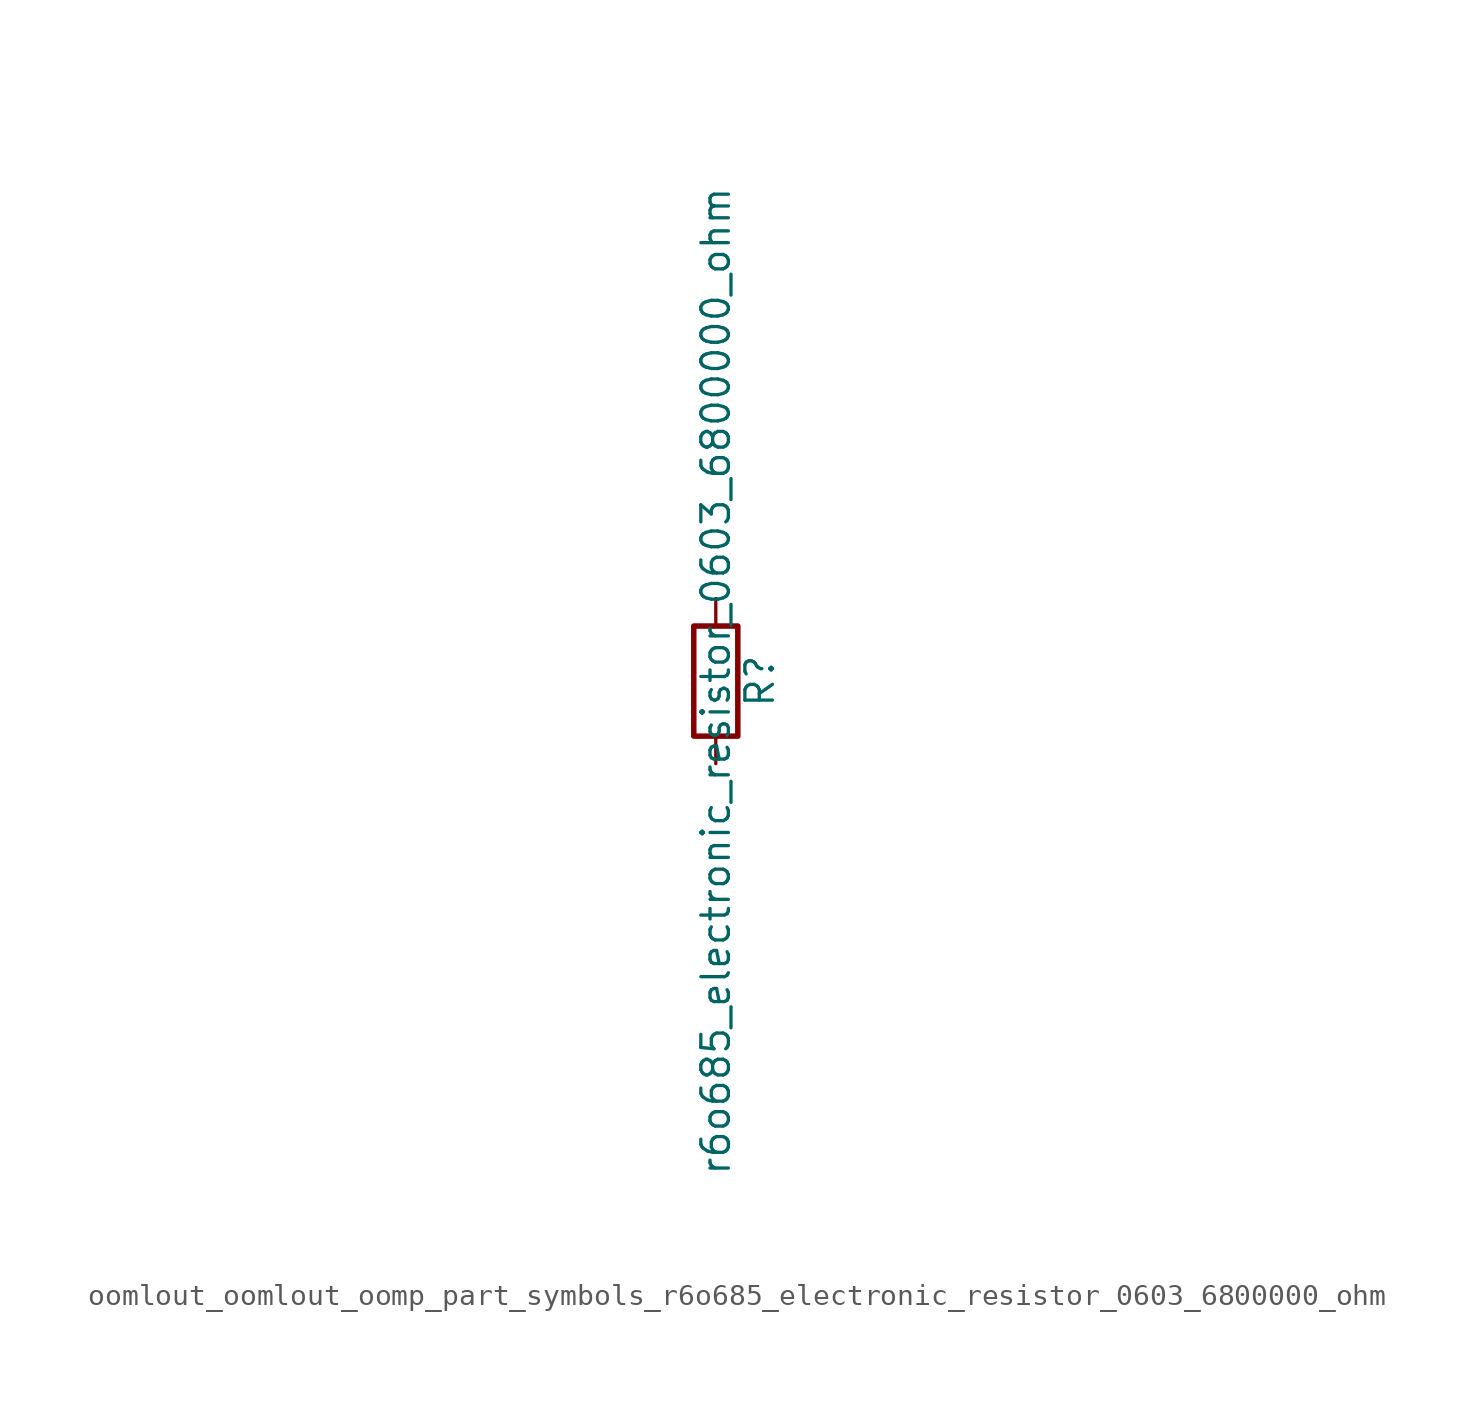
<source format=kicad_sym>
(kicad_symbol_lib
  (version 20220914)
  (generator kicad_symbol_editor)
  (symbol "oomlout_oomlout_oomp_part_symbols_r6o685_electronic_resistor_0603_6800000_ohm"
    (pin_numbers hide)
    (pin_names
      (offset 0))
    (property "Reference" "R"
      (at 2.032 0 90)
      (effects (font (size 1.27 1.27))))
    (property "Value" "r6o685_electronic_resistor_0603_6800000_ohm"
      (at 0 0 90)
      (effects (font (size 1.27 1.27))))
    (symbol "oomlout_oomlout_oomp_part_symbols_r6o685_electronic_resistor_0603_6800000_ohm_0_1"
      (rectangle (start -1.016 -2.54) (end 1.016 2.54) (stroke (width 0.254) (type default)) (fill (type none))))
    (symbol "oomlout_oomlout_oomp_part_symbols_r6o685_electronic_resistor_0603_6800000_ohm_1_1"
      (pin passive line (at 0 3.81 270) (length 1.27) (name "~" (effects (font (size 1.27 1.27)))) (number "1" (effects (font (size 1.27 1.27)))))
      (pin passive line (at 0 -3.81 90) (length 1.27) (name "~" (effects (font (size 1.27 1.27)))) (number "2" (effects (font (size 1.27 1.27))))))))
</source>
